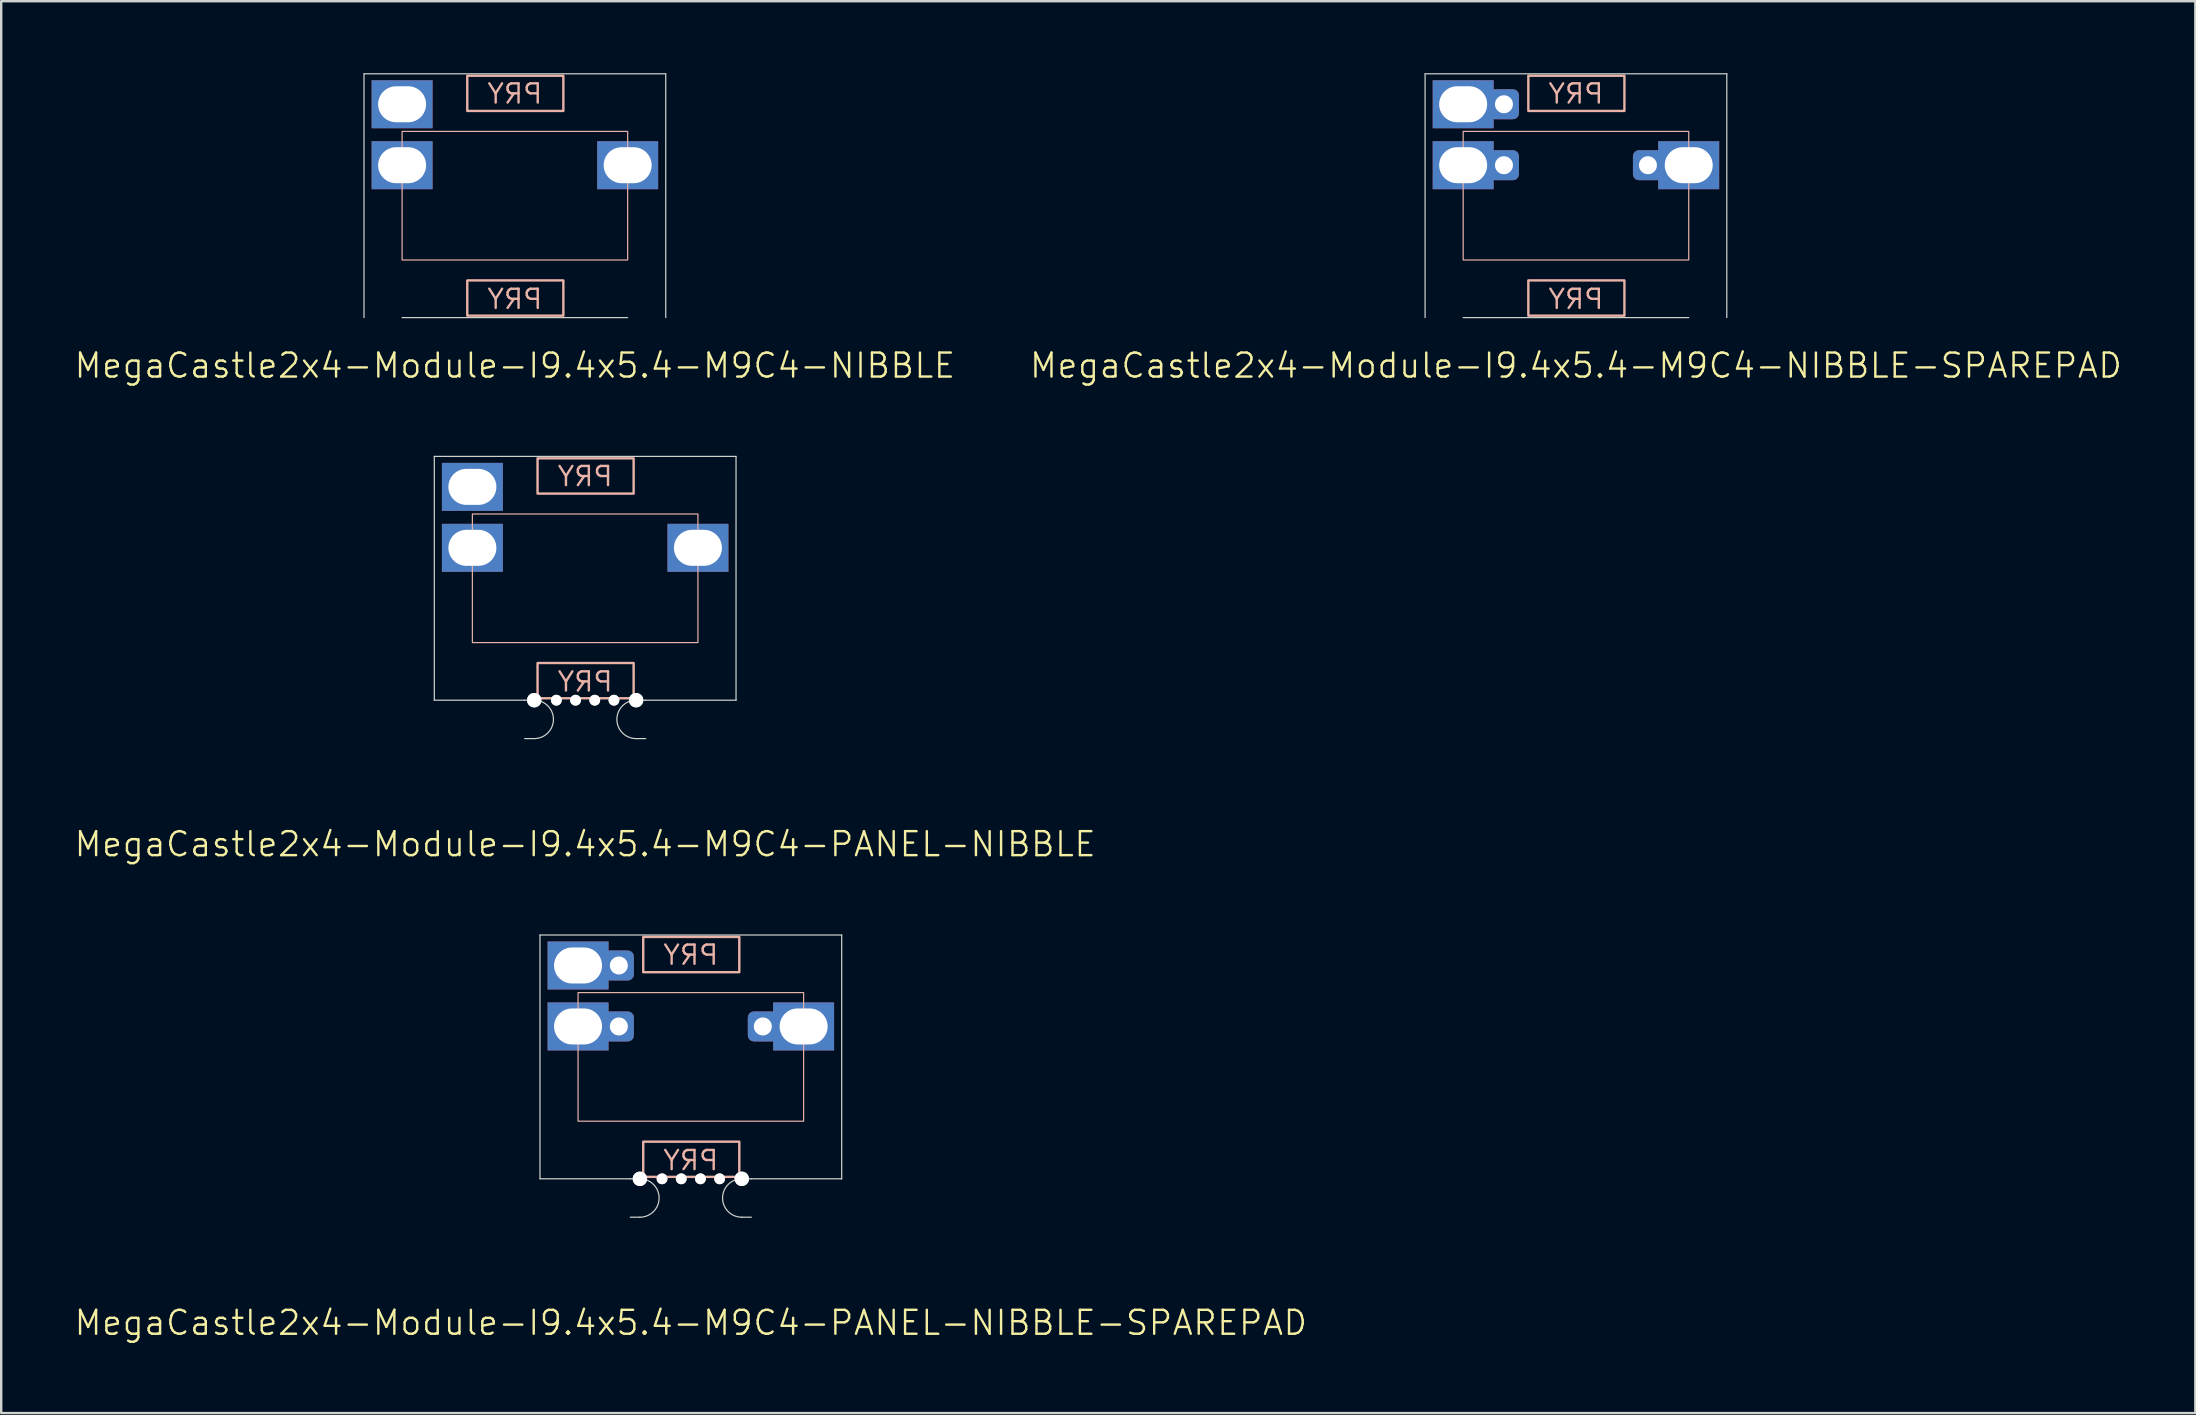
<source format=kicad_pcb>
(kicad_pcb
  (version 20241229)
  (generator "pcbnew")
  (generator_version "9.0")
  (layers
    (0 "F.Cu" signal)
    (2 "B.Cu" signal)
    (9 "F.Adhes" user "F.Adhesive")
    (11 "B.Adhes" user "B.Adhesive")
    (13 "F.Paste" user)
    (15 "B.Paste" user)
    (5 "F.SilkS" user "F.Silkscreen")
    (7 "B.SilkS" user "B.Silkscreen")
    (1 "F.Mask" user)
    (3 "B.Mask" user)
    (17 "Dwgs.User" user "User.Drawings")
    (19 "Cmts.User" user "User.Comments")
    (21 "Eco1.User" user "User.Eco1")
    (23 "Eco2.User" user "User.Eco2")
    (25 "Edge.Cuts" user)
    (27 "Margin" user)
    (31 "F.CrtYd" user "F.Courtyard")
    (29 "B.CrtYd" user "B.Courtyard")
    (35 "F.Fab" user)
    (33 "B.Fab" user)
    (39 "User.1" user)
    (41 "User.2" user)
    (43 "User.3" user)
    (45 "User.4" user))
  (footprint "MegaCastle2x4-Module-I9.4x5.4-M9C4-NIBBLE-SPAREPAD"
    (layer "F.Cu")
    (at 62.626 5.105)
    (property "Reference" "MegaCastle2x4-Module-I9.4x5.4-M9C4-NIBBLE-SPAREPAD" (at 0 7.08 0) (unlocked yes) (layer "F.SilkS") (effects (font (size 1 1) (thickness 0.1))))
    (attr smd)
    (fp_rect (start -4.7 2.68) (end 4.7 -2.68) (stroke (width 0.05) (type default)) (fill no) (layer "B.SilkS"))
    (fp_rect (start -1.984 -3.531) (end 2.02 -5) (stroke (width 0.1) (type default)) (fill no) (layer "B.SilkS"))
    (fp_rect (start -1.984 3.531) (end 2.02 5) (stroke (width 0.1) (type default)) (fill no) (layer "B.SilkS"))
    (fp_line (start -6.287 -5.08) (end -6.287 5.08) (stroke (width 0.05) (type default)) (layer "Edge.Cuts"))
    (fp_line (start -6.287 -5.08) (end 6.287 -5.08) (stroke (width 0.05) (type default)) (layer "Edge.Cuts"))
    (fp_line (start -4.7 5.08) (end 4.7 5.08) (stroke (width 0.05) (type default)) (layer "Edge.Cuts"))
    (fp_line (start 6.287 -5.08) (end 6.287 5.08) (stroke (width 0.05) (type default)) (layer "Edge.Cuts"))
    (fp_text user "PRY" (at 0 4.78 0) (unlocked yes) (layer "B.SilkS") (effects (font (size 0.8 0.8) (thickness 0.1)) (justify bottom mirror)))
    (fp_text user "PRY" (at 0 -3.78 0) (unlocked yes) (layer "B.SilkS") (effects (font (size 0.8 0.8) (thickness 0.1)) (justify bottom mirror)))
    (pad "1" thru_hole rect (at -4.7 -3.81) (size 2.54 2) (drill oval 2 1.5) (property pad_prop_castellated) (layers "*.Cu" "*.Mask"))
    (pad "1" thru_hole roundrect (at -3 -3.81 180) (size 1.25 1.25) (drill 0.75) (layers "*.Cu" "*.Mask") (roundrect_rratio 0.2))
    (pad "2" thru_hole rect (at -4.7 -1.27) (size 2.54 2) (drill oval 2 1.5) (property pad_prop_castellated) (layers "*.Cu" "*.Mask"))
    (pad "2" thru_hole roundrect (at -3 -1.27 180) (size 1.25 1.25) (drill 0.75) (layers "*.Cu" "*.Mask") (roundrect_rratio 0.2))
    (pad "6" thru_hole roundrect (at 3 -1.27 180) (size 1.25 1.25) (drill 0.75) (layers "*.Cu" "*.Mask") (roundrect_rratio 0.2))
    (pad "6" thru_hole rect (at 4.7 -1.27) (size 2.54 2) (drill oval 2 1.5) (property pad_prop_castellated) (layers "*.Cu" "*.Mask"))
    (zone (net_name "") (layer "B.Cu") (hatch edge 0.5) (connect_pads) (min_thickness 0.25) (filled_areas_thickness no) (keepout (tracks allowed) (vias allowed) (pads allowed) (copperpour allowed) (footprints not_allowed)) (placement (enabled no)) (fill) (polygon (pts (xy 57.926 10.185) (xy 57.926 0.025))))
    (zone (net_name "") (layer "B.Cu") (hatch edge 0.5) (connect_pads) (min_thickness 0.25) (filled_areas_thickness no) (keepout (tracks allowed) (vias allowed) (pads allowed) (copperpour allowed) (footprints not_allowed)) (placement (enabled no)) (fill) (polygon (pts (xy 67.326 10.185) (xy 67.326 0.025))))
    (zone (net_name "") (layer "B.Cu") (hatch edge 0.5) (connect_pads) (min_thickness 0.25) (filled_areas_thickness no) (keepout (tracks allowed) (vias allowed) (pads allowed) (copperpour allowed) (footprints not_allowed)) (placement (enabled no)) (fill) (polygon (pts (xy 57.926 0.025) (xy 57.926 2.425) (xy 67.326 2.425) (xy 67.326 0.025))))
    (zone (net_name "") (layer "B.Cu") (hatch edge 0.5) (connect_pads) (min_thickness 0.25) (filled_areas_thickness no) (keepout (tracks allowed) (vias allowed) (pads allowed) (copperpour allowed) (footprints not_allowed)) (placement (enabled no)) (fill) (polygon (pts (xy 57.926 10.185) (xy 57.926 7.785) (xy 67.326 7.785) (xy 67.326 10.185))))
    (zone (net_name "") (layer "B.Cu") (name "Upper Pry Zone") (hatch edge 0.5) (connect_pads) (min_thickness 0.25) (filled_areas_thickness no) (keepout (tracks not_allowed) (vias not_allowed) (pads not_allowed) (copperpour allowed) (footprints not_allowed)) (placement (enabled no)) (fill) (polygon (pts (xy 60.642 1.574) (xy 60.642 0.105) (xy 64.646 0.105) (xy 64.646 1.574))))
    (zone (net_name "") (layer "B.Cu") (name "Upper Pry Zone") (hatch edge 0.5) (connect_pads) (min_thickness 0.25) (filled_areas_thickness no) (keepout (tracks not_allowed) (vias not_allowed) (pads not_allowed) (copperpour allowed) (footprints not_allowed)) (placement (enabled no)) (fill) (polygon (pts (xy 60.642 8.636) (xy 60.642 10.105) (xy 64.646 10.105) (xy 64.646 8.636)))))
  (footprint "MegaCastle2x4-Module-I9.4x5.4-M9C4-PANEL-NIBBLE-SPAREPAD"
    (layer "F.Cu")
    (at 25.74 40.996)
    (property "Reference" "MegaCastle2x4-Module-I9.4x5.4-M9C4-PANEL-NIBBLE-SPAREPAD" (at 0 11.08 0) (unlocked yes) (layer "F.SilkS") (effects (font (size 1 1) (thickness 0.1))))
    (attr smd)
    (fp_rect (start -4.7 2.68) (end 4.7 -2.68) (stroke (width 0.05) (type default)) (fill no) (layer "B.SilkS"))
    (fp_rect (start -1.984 -3.531) (end 2.02 -5) (stroke (width 0.1) (type default)) (fill no) (layer "B.SilkS"))
    (fp_rect (start -1.984 3.531) (end 2.02 5) (stroke (width 0.1) (type default)) (fill no) (layer "B.SilkS"))
    (fp_line (start -6.287 -5.08) (end -6.287 5.08) (stroke (width 0.05) (type default)) (layer "Edge.Cuts"))
    (fp_line (start -6.287 -5.08) (end 6.287 -5.08) (stroke (width 0.05) (type default)) (layer "Edge.Cuts"))
    (fp_line (start -6.287 5.08) (end -2.522 5.08) (stroke (width 0.05) (type default)) (layer "Edge.Cuts"))
    (fp_line (start -2.522 5.08) (end -2.123 5.08) (stroke (width 0.05) (type default)) (layer "Edge.Cuts"))
    (fp_line (start -2.522 6.68) (end -2.123 6.68) (stroke (width 0.05) (type default)) (layer "Edge.Cuts"))
    (fp_line (start 2.522 5.08) (end 2.123 5.08) (stroke (width 0.05) (type default)) (layer "Edge.Cuts"))
    (fp_line (start 2.522 5.08) (end 6.287 5.08) (stroke (width 0.05) (type default)) (layer "Edge.Cuts"))
    (fp_line (start 2.522 6.68) (end 2.123 6.68) (stroke (width 0.05) (type default)) (layer "Edge.Cuts"))
    (fp_line (start 6.287 -5.08) (end 6.287 5.08) (stroke (width 0.05) (type default)) (layer "Edge.Cuts"))
    (fp_arc (start -2.1225 5.08) (mid -1.3225 5.88) (end -2.1225 6.68) (stroke (width 0.05) (type default)) (layer "Edge.Cuts"))
    (fp_arc (start 2.1225 6.68) (mid 1.3225 5.88) (end 2.1225 5.08) (stroke (width 0.05) (type default)) (layer "Edge.Cuts"))
    (fp_text user "PRY" (at 0 4.78 0) (unlocked yes) (layer "B.SilkS") (effects (font (size 0.8 0.8) (thickness 0.1)) (justify bottom mirror)))
    (fp_text user "PRY" (at 0 -3.78 0) (unlocked yes) (layer "B.SilkS") (effects (font (size 0.8 0.8) (thickness 0.1)) (justify bottom mirror)))
    (pad "" np_thru_hole circle (at -2.123 5.08) (size 0.6 0.6) (drill 0.6) (layers "*.Cu" "Edge.Cuts"))
    (pad "" np_thru_hole circle (at -1.2 5.08) (size 0.45 0.45) (drill 0.45) (layers "*.Cu" "Edge.Cuts"))
    (pad "" np_thru_hole circle (at -0.4 5.08) (size 0.45 0.45) (drill 0.45) (layers "*.Cu" "Edge.Cuts"))
    (pad "" np_thru_hole circle (at 0.4 5.08) (size 0.45 0.45) (drill 0.45) (layers "*.Cu" "Edge.Cuts"))
    (pad "" np_thru_hole circle (at 1.2 5.08) (size 0.45 0.45) (drill 0.45) (layers "*.Cu" "Edge.Cuts"))
    (pad "" np_thru_hole circle (at 2.123 5.08) (size 0.6 0.6) (drill 0.6) (layers "*.Cu" "Edge.Cuts"))
    (pad "1" thru_hole rect (at -4.7 -3.81) (size 2.54 2) (drill oval 2 1.5) (property pad_prop_castellated) (layers "*.Cu" "*.Mask"))
    (pad "1" thru_hole roundrect (at -3 -3.81 180) (size 1.25 1.25) (drill 0.75) (layers "*.Cu" "*.Mask") (roundrect_rratio 0.2))
    (pad "2" thru_hole rect (at -4.7 -1.27) (size 2.54 2) (drill oval 2 1.5) (property pad_prop_castellated) (layers "*.Cu" "*.Mask"))
    (pad "2" thru_hole roundrect (at -3 -1.27 180) (size 1.25 1.25) (drill 0.75) (layers "*.Cu" "*.Mask") (roundrect_rratio 0.2))
    (pad "6" thru_hole roundrect (at 3 -1.27 180) (size 1.25 1.25) (drill 0.75) (layers "*.Cu" "*.Mask") (roundrect_rratio 0.2))
    (pad "6" thru_hole rect (at 4.7 -1.27) (size 2.54 2) (drill oval 2 1.5) (property pad_prop_castellated) (layers "*.Cu" "*.Mask"))
    (zone (net_name "") (layer "B.Cu") (hatch edge 0.5) (connect_pads) (min_thickness 0.25) (filled_areas_thickness no) (keepout (tracks allowed) (vias allowed) (pads allowed) (copperpour allowed) (footprints not_allowed)) (placement (enabled no)) (fill) (polygon (pts (xy 21.04 46.076) (xy 21.04 35.916))))
    (zone (net_name "") (layer "B.Cu") (hatch edge 0.5) (connect_pads) (min_thickness 0.25) (filled_areas_thickness no) (keepout (tracks allowed) (vias allowed) (pads allowed) (copperpour allowed) (footprints not_allowed)) (placement (enabled no)) (fill) (polygon (pts (xy 30.44 46.076) (xy 30.44 35.916))))
    (zone (net_name "") (layer "B.Cu") (hatch edge 0.5) (connect_pads) (min_thickness 0.25) (filled_areas_thickness no) (keepout (tracks allowed) (vias allowed) (pads allowed) (copperpour allowed) (footprints not_allowed)) (placement (enabled no)) (fill) (polygon (pts (xy 21.04 35.916) (xy 21.04 38.316) (xy 30.44 38.316) (xy 30.44 35.916))))
    (zone (net_name "") (layer "B.Cu") (hatch edge 0.5) (connect_pads) (min_thickness 0.25) (filled_areas_thickness no) (keepout (tracks allowed) (vias allowed) (pads allowed) (copperpour allowed) (footprints not_allowed)) (placement (enabled no)) (fill) (polygon (pts (xy 21.04 46.076) (xy 21.04 43.676) (xy 30.44 43.676) (xy 30.44 46.076))))
    (zone (net_name "") (layer "B.Cu") (name "Upper Pry Zone") (hatch edge 0.5) (connect_pads) (min_thickness 0.25) (filled_areas_thickness no) (keepout (tracks not_allowed) (vias not_allowed) (pads not_allowed) (copperpour allowed) (footprints not_allowed)) (placement (enabled no)) (fill) (polygon (pts (xy 23.756 37.465) (xy 23.756 35.996) (xy 27.76 35.996) (xy 27.76 37.465))))
    (zone (net_name "") (layer "B.Cu") (name "Upper Pry Zone") (hatch edge 0.5) (connect_pads) (min_thickness 0.25) (filled_areas_thickness no) (keepout (tracks not_allowed) (vias not_allowed) (pads not_allowed) (copperpour allowed) (footprints not_allowed)) (placement (enabled no)) (fill) (polygon (pts (xy 23.756 44.527) (xy 23.756 45.996) (xy 27.76 45.996) (xy 27.76 44.527)))))
  (footprint "MegaCastle2x4-Module-I9.4x5.4-M9C4-PANEL-NIBBLE"
    (layer "F.Cu")
    (at 21.336 21.05)
    (property "Reference" "MegaCastle2x4-Module-I9.4x5.4-M9C4-PANEL-NIBBLE" (at 0 11.08 0) (unlocked yes) (layer "F.SilkS") (effects (font (size 1 1) (thickness 0.1))))
    (attr smd)
    (fp_rect (start -4.7 2.68) (end 4.7 -2.68) (stroke (width 0.05) (type default)) (fill no) (layer "B.SilkS"))
    (fp_rect (start -1.984 -3.531) (end 2.02 -5) (stroke (width 0.1) (type default)) (fill no) (layer "B.SilkS"))
    (fp_rect (start -1.984 3.531) (end 2.02 5) (stroke (width 0.1) (type default)) (fill no) (layer "B.SilkS"))
    (fp_line (start -6.287 -5.08) (end -6.287 5.08) (stroke (width 0.05) (type default)) (layer "Edge.Cuts"))
    (fp_line (start -6.287 -5.08) (end 6.287 -5.08) (stroke (width 0.05) (type default)) (layer "Edge.Cuts"))
    (fp_line (start -6.287 5.08) (end -2.522 5.08) (stroke (width 0.05) (type default)) (layer "Edge.Cuts"))
    (fp_line (start -2.522 5.08) (end -2.123 5.08) (stroke (width 0.05) (type default)) (layer "Edge.Cuts"))
    (fp_line (start -2.522 6.68) (end -2.123 6.68) (stroke (width 0.05) (type default)) (layer "Edge.Cuts"))
    (fp_line (start 2.522 5.08) (end 2.123 5.08) (stroke (width 0.05) (type default)) (layer "Edge.Cuts"))
    (fp_line (start 2.522 5.08) (end 6.287 5.08) (stroke (width 0.05) (type default)) (layer "Edge.Cuts"))
    (fp_line (start 2.522 6.68) (end 2.123 6.68) (stroke (width 0.05) (type default)) (layer "Edge.Cuts"))
    (fp_line (start 6.287 -5.08) (end 6.287 5.08) (stroke (width 0.05) (type default)) (layer "Edge.Cuts"))
    (fp_arc (start -2.1225 5.08) (mid -1.3225 5.88) (end -2.1225 6.68) (stroke (width 0.05) (type default)) (layer "Edge.Cuts"))
    (fp_arc (start 2.1225 6.68) (mid 1.3225 5.88) (end 2.1225 5.08) (stroke (width 0.05) (type default)) (layer "Edge.Cuts"))
    (fp_text user "PRY" (at 0 -3.78 0) (unlocked yes) (layer "B.SilkS") (effects (font (size 0.8 0.8) (thickness 0.1)) (justify bottom mirror)))
    (fp_text user "PRY" (at 0 4.78 0) (unlocked yes) (layer "B.SilkS") (effects (font (size 0.8 0.8) (thickness 0.1)) (justify bottom mirror)))
    (pad "" np_thru_hole circle (at -2.123 5.08) (size 0.6 0.6) (drill 0.6) (layers "*.Cu" "Edge.Cuts"))
    (pad "" np_thru_hole circle (at -1.2 5.08) (size 0.45 0.45) (drill 0.45) (layers "*.Cu" "Edge.Cuts"))
    (pad "" np_thru_hole circle (at -0.4 5.08) (size 0.45 0.45) (drill 0.45) (layers "*.Cu" "Edge.Cuts"))
    (pad "" np_thru_hole circle (at 0.4 5.08) (size 0.45 0.45) (drill 0.45) (layers "*.Cu" "Edge.Cuts"))
    (pad "" np_thru_hole circle (at 1.2 5.08) (size 0.45 0.45) (drill 0.45) (layers "*.Cu" "Edge.Cuts"))
    (pad "" np_thru_hole circle (at 2.123 5.08) (size 0.6 0.6) (drill 0.6) (layers "*.Cu" "Edge.Cuts"))
    (pad "1" thru_hole rect (at -4.7 -3.81) (size 2.54 2) (drill oval 2 1.5) (property pad_prop_castellated) (layers "*.Cu" "*.Mask"))
    (pad "2" thru_hole rect (at -4.7 -1.27) (size 2.54 2) (drill oval 2 1.5) (property pad_prop_castellated) (layers "*.Cu" "*.Mask"))
    (pad "6" thru_hole rect (at 4.7 -1.27) (size 2.54 2) (drill oval 2 1.5) (property pad_prop_castellated) (layers "*.Cu" "*.Mask"))
    (zone (net_name "") (layer "B.Cu") (hatch edge 0.5) (connect_pads) (min_thickness 0.25) (filled_areas_thickness no) (keepout (tracks allowed) (vias allowed) (pads allowed) (copperpour allowed) (footprints not_allowed)) (placement (enabled no)) (fill) (polygon (pts (xy 16.636 26.131) (xy 16.636 15.97))))
    (zone (net_name "") (layer "B.Cu") (hatch edge 0.5) (connect_pads) (min_thickness 0.25) (filled_areas_thickness no) (keepout (tracks allowed) (vias allowed) (pads allowed) (copperpour allowed) (footprints not_allowed)) (placement (enabled no)) (fill) (polygon (pts (xy 26.036 26.131) (xy 26.036 15.97))))
    (zone (net_name "") (layer "B.Cu") (hatch edge 0.5) (connect_pads) (min_thickness 0.25) (filled_areas_thickness no) (keepout (tracks allowed) (vias allowed) (pads allowed) (copperpour allowed) (footprints not_allowed)) (placement (enabled no)) (fill) (polygon (pts (xy 16.636 15.97) (xy 16.636 18.37) (xy 26.036 18.37) (xy 26.036 15.97))))
    (zone (net_name "") (layer "B.Cu") (hatch edge 0.5) (connect_pads) (min_thickness 0.25) (filled_areas_thickness no) (keepout (tracks allowed) (vias allowed) (pads allowed) (copperpour allowed) (footprints not_allowed)) (placement (enabled no)) (fill) (polygon (pts (xy 16.636 26.131) (xy 16.636 23.73) (xy 26.036 23.73) (xy 26.036 26.131))))
    (zone (net_name "") (layer "B.Cu") (name "Upper Pry Zone") (hatch edge 0.5) (connect_pads) (min_thickness 0.25) (filled_areas_thickness no) (keepout (tracks not_allowed) (vias not_allowed) (pads not_allowed) (copperpour allowed) (footprints not_allowed)) (placement (enabled no)) (fill) (polygon (pts (xy 19.351 17.519) (xy 19.351 16.05) (xy 23.355 16.05) (xy 23.355 17.519))))
    (zone (net_name "") (layer "B.Cu") (name "Upper Pry Zone") (hatch edge 0.5) (connect_pads) (min_thickness 0.25) (filled_areas_thickness no) (keepout (tracks not_allowed) (vias not_allowed) (pads not_allowed) (copperpour allowed) (footprints not_allowed)) (placement (enabled no)) (fill) (polygon (pts (xy 19.351 24.582) (xy 19.351 26.05) (xy 23.355 26.05) (xy 23.355 24.582)))))
  (footprint "MegaCastle2x4-Module-I9.4x5.4-M9C4-NIBBLE"
    (layer "F.Cu")
    (at 18.407 5.105)
    (property "Reference" "MegaCastle2x4-Module-I9.4x5.4-M9C4-NIBBLE" (at 0 7.08 0) (unlocked yes) (layer "F.SilkS") (effects (font (size 1 1) (thickness 0.1))))
    (attr smd)
    (fp_rect (start -4.7 2.68) (end 4.7 -2.68) (stroke (width 0.05) (type default)) (fill no) (layer "B.SilkS"))
    (fp_rect (start -1.984 -3.531) (end 2.02 -5) (stroke (width 0.1) (type default)) (fill no) (layer "B.SilkS"))
    (fp_rect (start -1.984 3.531) (end 2.02 5) (stroke (width 0.1) (type default)) (fill no) (layer "B.SilkS"))
    (fp_line (start -6.287 -5.08) (end -6.287 5.08) (stroke (width 0.05) (type default)) (layer "Edge.Cuts"))
    (fp_line (start -6.287 -5.08) (end 6.287 -5.08) (stroke (width 0.05) (type default)) (layer "Edge.Cuts"))
    (fp_line (start -4.7 5.08) (end 4.7 5.08) (stroke (width 0.05) (type default)) (layer "Edge.Cuts"))
    (fp_line (start 6.287 -5.08) (end 6.287 5.08) (stroke (width 0.05) (type default)) (layer "Edge.Cuts"))
    (fp_text user "PRY" (at 0 4.78 0) (unlocked yes) (layer "B.SilkS") (effects (font (size 0.8 0.8) (thickness 0.1)) (justify bottom mirror)))
    (fp_text user "PRY" (at 0 -3.78 0) (unlocked yes) (layer "B.SilkS") (effects (font (size 0.8 0.8) (thickness 0.1)) (justify bottom mirror)))
    (pad "1" thru_hole rect (at -4.7 -3.81) (size 2.54 2) (drill oval 2 1.5) (property pad_prop_castellated) (layers "*.Cu" "*.Mask"))
    (pad "2" thru_hole rect (at -4.7 -1.27) (size 2.54 2) (drill oval 2 1.5) (property pad_prop_castellated) (layers "*.Cu" "*.Mask"))
    (pad "6" thru_hole rect (at 4.7 -1.27) (size 2.54 2) (drill oval 2 1.5) (property pad_prop_castellated) (layers "*.Cu" "*.Mask"))
    (zone (net_name "") (layer "B.Cu") (hatch edge 0.5) (connect_pads) (min_thickness 0.25) (filled_areas_thickness no) (keepout (tracks allowed) (vias allowed) (pads allowed) (copperpour allowed) (footprints not_allowed)) (placement (enabled no)) (fill) (polygon (pts (xy 13.707 10.185) (xy 13.707 0.025))))
    (zone (net_name "") (layer "B.Cu") (hatch edge 0.5) (connect_pads) (min_thickness 0.25) (filled_areas_thickness no) (keepout (tracks allowed) (vias allowed) (pads allowed) (copperpour allowed) (footprints not_allowed)) (placement (enabled no)) (fill) (polygon (pts (xy 23.107 10.185) (xy 23.107 0.025))))
    (zone (net_name "") (layer "B.Cu") (hatch edge 0.5) (connect_pads) (min_thickness 0.25) (filled_areas_thickness no) (keepout (tracks allowed) (vias allowed) (pads allowed) (copperpour allowed) (footprints not_allowed)) (placement (enabled no)) (fill) (polygon (pts (xy 13.707 0.025) (xy 13.707 2.425) (xy 23.107 2.425) (xy 23.107 0.025))))
    (zone (net_name "") (layer "B.Cu") (hatch edge 0.5) (connect_pads) (min_thickness 0.25) (filled_areas_thickness no) (keepout (tracks allowed) (vias allowed) (pads allowed) (copperpour allowed) (footprints not_allowed)) (placement (enabled no)) (fill) (polygon (pts (xy 13.707 10.185) (xy 13.707 7.785) (xy 23.107 7.785) (xy 23.107 10.185))))
    (zone (net_name "") (layer "B.Cu") (name "Upper Pry Zone") (hatch edge 0.5) (connect_pads) (min_thickness 0.25) (filled_areas_thickness no) (keepout (tracks not_allowed) (vias not_allowed) (pads not_allowed) (copperpour allowed) (footprints not_allowed)) (placement (enabled no)) (fill) (polygon (pts (xy 16.423 1.574) (xy 16.423 0.105) (xy 20.427 0.105) (xy 20.427 1.574))))
    (zone (net_name "") (layer "B.Cu") (name "Upper Pry Zone") (hatch edge 0.5) (connect_pads) (min_thickness 0.25) (filled_areas_thickness no) (keepout (tracks not_allowed) (vias not_allowed) (pads not_allowed) (copperpour allowed) (footprints not_allowed)) (placement (enabled no)) (fill) (polygon (pts (xy 16.423 8.636) (xy 16.423 10.105) (xy 20.427 10.105) (xy 20.427 8.636)))))
  (gr_rect
    (start -3 -3)
    (end 88.438 55.837)
    (stroke (width 0.1) (type default))
    (fill no)
    (layer "Edge.Cuts")))
</source>
